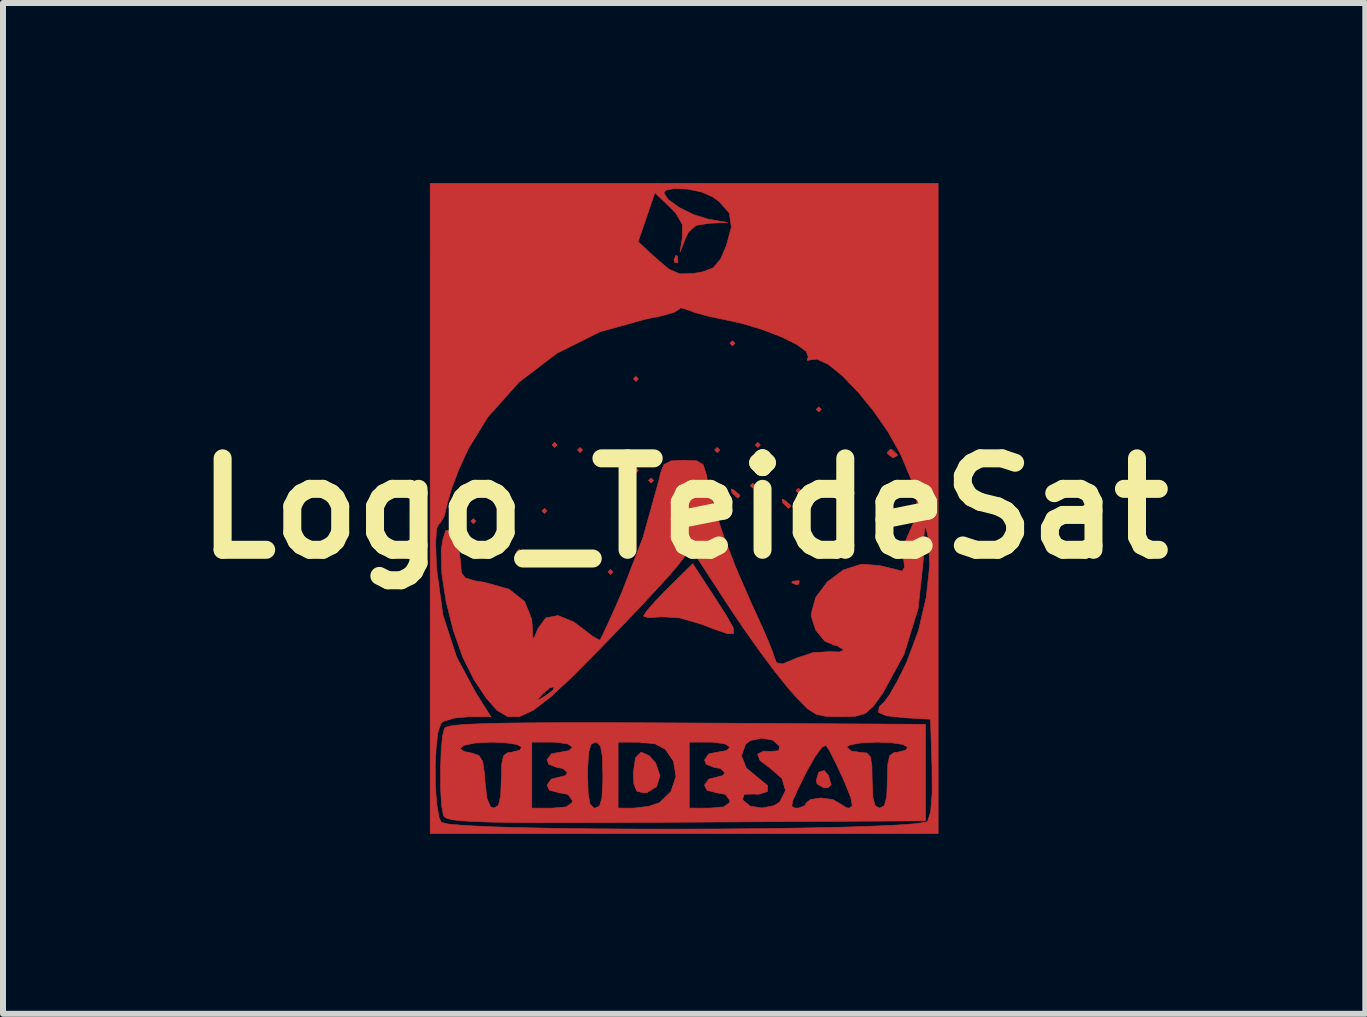
<source format=kicad_pcb>
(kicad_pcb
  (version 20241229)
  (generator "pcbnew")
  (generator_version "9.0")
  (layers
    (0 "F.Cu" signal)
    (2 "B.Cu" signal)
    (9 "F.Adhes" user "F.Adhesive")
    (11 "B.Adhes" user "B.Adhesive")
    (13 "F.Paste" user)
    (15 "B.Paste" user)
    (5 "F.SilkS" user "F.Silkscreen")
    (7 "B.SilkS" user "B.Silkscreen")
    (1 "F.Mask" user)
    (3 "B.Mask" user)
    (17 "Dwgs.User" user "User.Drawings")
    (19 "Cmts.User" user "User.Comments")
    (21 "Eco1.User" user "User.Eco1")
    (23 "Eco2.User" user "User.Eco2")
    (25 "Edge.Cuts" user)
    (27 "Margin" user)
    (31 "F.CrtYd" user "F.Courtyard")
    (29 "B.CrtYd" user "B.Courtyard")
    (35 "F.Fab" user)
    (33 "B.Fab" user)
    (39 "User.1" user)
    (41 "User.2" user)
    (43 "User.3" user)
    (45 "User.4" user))
  (footprint "Logo_TeideSat"
    (layer "F.Cu")
    (at 8.353 5.424)
    (property "Reference" "Logo_TeideSat" (at 0 0 0) (layer "F.SilkS") (effects (font (size 1.524 1.524) (thickness 0.3))))
    (attr through_hole)
    (fp_poly (pts (xy -3.471 0.212) (xy -3.514 0.254) (xy -3.556 0.212) (xy -3.514 0.169) (xy -3.471 0.212)) (stroke (width 0.01) (type solid)) (fill yes) (layer "F.Cu"))
    (fp_poly (pts (xy -2.709 0.72) (xy -2.752 0.762) (xy -2.794 0.72) (xy -2.752 0.677) (xy -2.709 0.72)) (stroke (width 0.01) (type solid)) (fill yes) (layer "F.Cu"))
    (fp_poly (pts (xy -2.286 0.042) (xy -2.328 0.085) (xy -2.371 0.042) (xy -2.328 0) (xy -2.286 0.042)) (stroke (width 0.01) (type solid)) (fill yes) (layer "F.Cu"))
    (fp_poly (pts (xy -2.117 -1.058) (xy -2.159 -1.016) (xy -2.201 -1.058) (xy -2.159 -1.101) (xy -2.117 -1.058)) (stroke (width 0.01) (type solid)) (fill yes) (layer "F.Cu"))
    (fp_poly (pts (xy -1.693 -0.974) (xy -1.736 -0.931) (xy -1.778 -0.974) (xy -1.736 -1.016) (xy -1.693 -0.974)) (stroke (width 0.01) (type solid)) (fill yes) (layer "F.Cu"))
    (fp_poly (pts (xy -1.185 1.058) (xy -1.228 1.101) (xy -1.27 1.058) (xy -1.228 1.016) (xy -1.185 1.058)) (stroke (width 0.01) (type solid)) (fill yes) (layer "F.Cu"))
    (fp_poly (pts (xy -0.762 -2.159) (xy -0.804 -2.117) (xy -0.847 -2.159) (xy -0.804 -2.201) (xy -0.762 -2.159)) (stroke (width 0.01) (type solid)) (fill yes) (layer "F.Cu"))
    (fp_poly (pts (xy -0.762 -0.635) (xy -0.804 -0.593) (xy -0.847 -0.635) (xy -0.804 -0.677) (xy -0.762 -0.635)) (stroke (width 0.01) (type solid)) (fill yes) (layer "F.Cu"))
    (fp_poly (pts (xy -0.508 -0.466) (xy -0.55 -0.423) (xy -0.593 -0.466) (xy -0.55 -0.508) (xy -0.508 -0.466)) (stroke (width 0.01) (type solid)) (fill yes) (layer "F.Cu"))
    (fp_poly (pts (xy 0.593 -0.974) (xy 0.55 -0.931) (xy 0.508 -0.974) (xy 0.55 -1.016) (xy 0.593 -0.974)) (stroke (width 0.01) (type solid)) (fill yes) (layer "F.Cu"))
    (fp_poly (pts (xy 0.847 -2.752) (xy 0.804 -2.709) (xy 0.762 -2.752) (xy 0.804 -2.794) (xy 0.847 -2.752)) (stroke (width 0.01) (type solid)) (fill yes) (layer "F.Cu"))
    (fp_poly (pts (xy 1.185 -0.381) (xy 1.143 -0.339) (xy 1.101 -0.381) (xy 1.143 -0.423) (xy 1.185 -0.381)) (stroke (width 0.01) (type solid)) (fill yes) (layer "F.Cu"))
    (fp_poly (pts (xy 1.27 -1.058) (xy 1.228 -1.016) (xy 1.185 -1.058) (xy 1.228 -1.101) (xy 1.27 -1.058)) (stroke (width 0.01) (type solid)) (fill yes) (layer "F.Cu"))
    (fp_poly (pts (xy 1.27 0.55) (xy 1.228 0.593) (xy 1.185 0.55) (xy 1.228 0.508) (xy 1.27 0.55)) (stroke (width 0.01) (type solid)) (fill yes) (layer "F.Cu"))
    (fp_poly (pts (xy 1.947 -0.296) (xy 1.905 -0.254) (xy 1.863 -0.296) (xy 1.905 -0.339) (xy 1.947 -0.296)) (stroke (width 0.01) (type solid)) (fill yes) (layer "F.Cu"))
    (fp_poly (pts (xy 2.286 -1.651) (xy 2.244 -1.609) (xy 2.201 -1.651) (xy 2.244 -1.693) (xy 2.286 -1.651)) (stroke (width 0.01) (type solid)) (fill yes) (layer "F.Cu"))
    (fp_poly (pts (xy 2.709 -0.55) (xy 2.667 -0.508) (xy 2.625 -0.55) (xy 2.667 -0.593) (xy 2.709 -0.55)) (stroke (width 0.01) (type solid)) (fill yes) (layer "F.Cu"))
    (fp_poly (pts (xy 2.794 -0.72) (xy 2.752 -0.677) (xy 2.709 -0.72) (xy 2.752 -0.762) (xy 2.794 -0.72)) (stroke (width 0.01) (type solid)) (fill yes) (layer "F.Cu"))
    (fp_poly (pts (xy -0.113 -4.205) (xy -0.103 -4.105) (xy -0.113 -4.092) (xy -0.163 -4.104) (xy -0.169 -4.149) (xy -0.138 -4.218) (xy -0.113 -4.205)) (stroke (width 0.01) (type solid)) (fill yes) (layer "F.Cu"))
    (fp_poly (pts (xy 1.919 1.214) (xy 1.907 1.264) (xy 1.863 1.27) (xy 1.793 1.239) (xy 1.806 1.214) (xy 1.907 1.203) (xy 1.919 1.214)) (stroke (width 0.01) (type solid)) (fill yes) (layer "F.Cu"))
    (fp_poly (pts (xy 0.834 -0.304) (xy 0.924 -0.226) (xy 0.931 -0.207) (xy 0.891 -0.172) (xy 0.807 -0.25) (xy 0.796 -0.267) (xy 0.786 -0.325) (xy 0.834 -0.304)) (stroke (width 0.01) (type solid)) (fill yes) (layer "F.Cu"))
    (fp_poly (pts (xy 1.68 -0.135) (xy 1.77 -0.056) (xy 1.778 -0.037) (xy 1.738 -0.003) (xy 1.654 -0.081) (xy 1.643 -0.098) (xy 1.633 -0.156) (xy 1.68 -0.135)) (stroke (width 0.01) (type solid)) (fill yes) (layer "F.Cu"))
    (fp_poly (pts (xy 2.404 4.452) (xy 2.45 4.602) (xy 2.405 4.652) (xy 2.328 4.657) (xy 2.216 4.591) (xy 2.201 4.535) (xy 2.244 4.395) (xy 2.335 4.368) (xy 2.404 4.452)) (stroke (width 0.01) (type solid)) (fill yes) (layer "F.Cu"))
    (fp_poly (pts (xy 3.471 -0.974) (xy 3.552 -0.898) (xy 3.556 -0.884) (xy 3.49 -0.848) (xy 3.471 -0.847) (xy 3.39 -0.912) (xy 3.387 -0.936) (xy 3.439 -0.987) (xy 3.471 -0.974)) (stroke (width 0.01) (type solid)) (fill yes) (layer "F.Cu"))
    (fp_poly (pts (xy -0.578 4.125) (xy -0.474 4.246) (xy -0.403 4.455) (xy -0.459 4.636) (xy -0.619 4.736) (xy -0.68 4.741) (xy -0.789 4.712) (xy -0.838 4.594) (xy -0.847 4.403) (xy -0.812 4.156) (xy -0.717 4.061) (xy -0.578 4.125)) (stroke (width 0.01) (type solid)) (fill yes) (layer "F.Cu"))
    (fp_poly (pts (xy 0.495 1.461) (xy 0.706 1.79) (xy 0.819 1.993) (xy 0.825 2.087) (xy 0.719 2.086) (xy 0.493 2.009) (xy 0.296 1.932) (xy -0.072 1.824) (xy -0.381 1.805) (xy -0.402 1.808) (xy -0.588 1.822) (xy -0.676 1.796) (xy -0.677 1.791) (xy -0.621 1.705) (xy -0.474 1.538) (xy -0.268 1.326) (xy -0.267 1.325) (xy 0.143 0.921) (xy 0.495 1.461)) (stroke (width 0.01) (type solid)) (fill yes) (layer "F.Cu"))
    (fp_poly (pts (xy -0.867 3.572) (xy 0.048 3.576) (xy 4.022 3.598) (xy 4.022 5.207) (xy 0.031 5.229) (xy -0.901 5.234) (xy -1.678 5.236) (xy -2.314 5.236) (xy -2.822 5.234) (xy -3.218 5.228) (xy -3.516 5.218) (xy -3.728 5.205) (xy -3.871 5.187) (xy -3.956 5.164) (xy -4 5.136) (xy -4.012 5.116) (xy -4.043 4.948) (xy -4.059 4.678) (xy -4.061 4.359) (xy -4.05 4.047) (xy -4.046 4) (xy -3.736 4) (xy -3.668 4.051) (xy -3.535 4.079) (xy -3.421 4.117) (xy -3.358 4.218) (xy -3.327 4.427) (xy -3.319 4.551) (xy -3.287 4.834) (xy -3.227 4.972) (xy -3.171 4.995) (xy -3.096 4.949) (xy -3.058 4.79) (xy -3.048 4.53) (xy -3.041 4.261) (xy -3.009 4.12) (xy -2.938 4.069) (xy -2.879 4.064) (xy -2.741 4.029) (xy -2.709 3.979) (xy -2.786 3.934) (xy -2.988 3.904) (xy -3.217 3.895) (xy -2.54 3.895) (xy -2.54 4.995) (xy -2.201 4.995) (xy -1.966 4.974) (xy -1.869 4.905) (xy -1.863 4.868) (xy -1.936 4.766) (xy -2.074 4.741) (xy -2.245 4.697) (xy -2.286 4.614) (xy -2.215 4.511) (xy -2.117 4.487) (xy -1.979 4.452) (xy -1.975 4.445) (xy -1.609 4.445) (xy -1.6 4.754) (xy -1.57 4.925) (xy -1.51 4.991) (xy -1.482 4.995) (xy -1.101 4.995) (xy -0.841 4.995) (xy -0.595 4.966) (xy -0.414 4.906) (xy -0.222 4.721) (xy -0.136 4.467) (xy -0.178 4.214) (xy -0.182 4.207) (xy -0.313 4.016) (xy -0.483 3.923) (xy -0.752 3.896) (xy -0.783 3.896) (xy -1.101 3.895) (xy 0.085 3.895) (xy 0.085 4.995) (xy 0.423 4.995) (xy 0.659 4.974) (xy 0.756 4.905) (xy 0.762 4.868) (xy 0.688 4.766) (xy 0.55 4.741) (xy 0.38 4.697) (xy 0.339 4.614) (xy 0.409 4.511) (xy 0.508 4.487) (xy 0.646 4.452) (xy 0.677 4.403) (xy 0.606 4.334) (xy 0.508 4.318) (xy 0.37 4.265) (xy 0.339 4.191) (xy 0.388 4.122) (xy 0.956 4.122) (xy 1.034 4.325) (xy 1.231 4.489) (xy 1.388 4.616) (xy 1.388 4.718) (xy 1.241 4.764) (xy 1.157 4.76) (xy 1 4.764) (xy 0.976 4.84) (xy 0.984 4.865) (xy 1.099 4.962) (xy 1.296 4.992) (xy 1.466 4.96) (xy 1.793 4.96) (xy 1.834 4.992) (xy 1.905 4.995) (xy 2.018 4.95) (xy 2.032 4.911) (xy 2.105 4.851) (xy 2.281 4.826) (xy 2.477 4.852) (xy 2.582 4.911) (xy 2.705 4.989) (xy 2.752 4.995) (xy 2.801 4.955) (xy 2.777 4.819) (xy 2.675 4.563) (xy 2.651 4.508) (xy 2.526 4.242) (xy 2.421 4.036) (xy 2.385 3.979) (xy 2.709 3.979) (xy 2.782 4.043) (xy 2.921 4.064) (xy 3.042 4.076) (xy 3.105 4.14) (xy 3.129 4.297) (xy 3.133 4.53) (xy 3.144 4.81) (xy 3.184 4.955) (xy 3.26 4.995) (xy 3.336 4.954) (xy 3.376 4.807) (xy 3.387 4.53) (xy 3.394 4.261) (xy 3.426 4.12) (xy 3.497 4.069) (xy 3.556 4.064) (xy 3.694 4.029) (xy 3.725 3.979) (xy 3.648 3.934) (xy 3.447 3.904) (xy 3.217 3.895) (xy 2.947 3.908) (xy 2.763 3.941) (xy 2.709 3.979) (xy 2.385 3.979) (xy 2.366 3.948) (xy 2.298 3.979) (xy 2.184 4.132) (xy 2.047 4.374) (xy 2.038 4.39) (xy 1.889 4.69) (xy 1.81 4.87) (xy 1.793 4.96) (xy 1.466 4.96) (xy 1.498 4.954) (xy 1.592 4.894) (xy 1.689 4.701) (xy 1.631 4.501) (xy 1.44 4.335) (xy 1.264 4.201) (xy 1.225 4.095) (xy 1.324 4.044) (xy 1.435 4.05) (xy 1.578 4.038) (xy 1.59 3.965) (xy 1.48 3.863) (xy 1.292 3.829) (xy 1.103 3.869) (xy 1.023 3.929) (xy 0.956 4.122) (xy 0.388 4.122) (xy 0.412 4.089) (xy 0.55 4.064) (xy 0.709 4.035) (xy 0.762 3.979) (xy 0.687 3.926) (xy 0.499 3.897) (xy 0.423 3.895) (xy 0.085 3.895) (xy -1.101 3.895) (xy -1.101 4.995) (xy -1.482 4.995) (xy -1.41 4.959) (xy -1.371 4.827) (xy -1.356 4.57) (xy -1.355 4.445) (xy -1.363 4.136) (xy -1.393 3.965) (xy -1.453 3.899) (xy -1.482 3.895) (xy -1.553 3.931) (xy -1.592 4.063) (xy -1.608 4.32) (xy -1.609 4.445) (xy -1.975 4.445) (xy -1.947 4.403) (xy -2.018 4.334) (xy -2.117 4.318) (xy -2.255 4.265) (xy -2.286 4.191) (xy -2.212 4.089) (xy -2.074 4.064) (xy -1.915 4.035) (xy -1.863 3.979) (xy -1.938 3.926) (xy -2.125 3.897) (xy -2.201 3.895) (xy -2.54 3.895) (xy -3.217 3.895) (xy -3.491 3.91) (xy -3.67 3.949) (xy -3.736 4) (xy -4.046 4) (xy -4.028 3.796) (xy -3.994 3.661) (xy -3.943 3.635) (xy -3.82 3.614) (xy -3.611 3.598) (xy -3.306 3.585) (xy -2.891 3.577) (xy -2.354 3.572) (xy -1.684 3.57) (xy -0.867 3.572)) (stroke (width 0.01) (type solid)) (fill yes) (layer "F.Cu"))
    (fp_poly (pts (xy 4.233 5.419) (xy -4.233 5.419) (xy -4.233 4.288) (xy -4.149 4.288) (xy -4.146 4.628) (xy -4.124 4.934) (xy -4.084 5.156) (xy -4.047 5.232) (xy -3.937 5.26) (xy -3.678 5.283) (xy -3.292 5.303) (xy -2.799 5.319) (xy -2.219 5.331) (xy -1.572 5.339) (xy -0.88 5.344) (xy -0.163 5.345) (xy 0.559 5.343) (xy 1.265 5.337) (xy 1.936 5.327) (xy 2.549 5.315) (xy 3.085 5.298) (xy 3.523 5.279) (xy 3.843 5.256) (xy 4.025 5.23) (xy 4.057 5.216) (xy 4.108 5.057) (xy 4.133 4.744) (xy 4.131 4.305) (xy 4.106 3.514) (xy 3.662 3.488) (xy 3.371 3.456) (xy 3.237 3.399) (xy 3.251 3.307) (xy 3.332 3.228) (xy 3.422 3.108) (xy 3.552 2.879) (xy 3.697 2.588) (xy 3.713 2.553) (xy 3.905 2.037) (xy 4.035 1.482) (xy 4.093 0.946) (xy 4.068 0.489) (xy 4.063 0.463) (xy 4.032 0.329) (xy 4.011 0.321) (xy 3.998 0.451) (xy 3.989 0.734) (xy 3.987 0.847) (xy 3.899 1.67) (xy 3.664 2.431) (xy 3.31 3.078) (xy 3.148 3.302) (xy 3.015 3.419) (xy 2.85 3.464) (xy 2.594 3.471) (xy 2.362 3.465) (xy 2.198 3.429) (xy 2.053 3.336) (xy 1.878 3.158) (xy 1.731 2.991) (xy 1.516 2.724) (xy 1.247 2.363) (xy 0.96 1.956) (xy 0.713 1.587) (xy 0.114 0.665) (xy -0.103 0.946) (xy -0.232 1.098) (xy -0.456 1.344) (xy -0.751 1.66) (xy -1.094 2.02) (xy -1.413 2.349) (xy -1.868 2.809) (xy -2.23 3.145) (xy -2.517 3.365) (xy -2.749 3.471) (xy -2.945 3.468) (xy -3.123 3.362) (xy -3.274 3.188) (xy -2.447 3.188) (xy -2.416 3.185) (xy -2.311 3.124) (xy -2.186 3.028) (xy -2.165 2.972) (xy -2.245 2.993) (xy -2.352 3.084) (xy -2.447 3.188) (xy -3.274 3.188) (xy -3.302 3.156) (xy -3.502 2.855) (xy -3.505 2.849) (xy -3.69 2.48) (xy -3.848 2.03) (xy -3.968 1.549) (xy -4.039 1.088) (xy -4.049 0.698) (xy -4.024 0.531) (xy -3.976 0.373) (xy -3.924 0.364) (xy -3.845 0.461) (xy -3.759 0.663) (xy -3.725 0.9) (xy -3.714 1.067) (xy -3.651 1.157) (xy -3.492 1.206) (xy -3.323 1.233) (xy -2.92 1.346) (xy -2.659 1.551) (xy -2.541 1.846) (xy -2.533 1.941) (xy -2.526 2.135) (xy -2.508 2.173) (xy -2.461 2.064) (xy -2.442 2.011) (xy -2.307 1.824) (xy -2.102 1.785) (xy -1.841 1.892) (xy -1.696 2) (xy -1.525 2.132) (xy -1.416 2.192) (xy -1.401 2.191) (xy -1.356 2.104) (xy -1.26 1.898) (xy -1.129 1.606) (xy -1.038 1.397) (xy -0.685 0.48) (xy -0.422 -0.465) (xy -0.393 -0.593) (xy -0.338 -0.731) (xy -0.22 -0.792) (xy -0.008 -0.804) (xy 0.21 -0.794) (xy 0.317 -0.73) (xy 0.37 -0.565) (xy 0.387 -0.466) (xy 0.481 -0.076) (xy 0.644 0.423) (xy 0.864 0.993) (xy 1.127 1.597) (xy 1.158 1.663) (xy 1.301 1.978) (xy 1.415 2.242) (xy 1.481 2.412) (xy 1.489 2.442) (xy 1.538 2.571) (xy 1.64 2.592) (xy 1.835 2.512) (xy 1.866 2.496) (xy 2.148 2.404) (xy 2.418 2.387) (xy 2.593 2.392) (xy 2.659 2.361) (xy 2.656 2.353) (xy 2.544 2.288) (xy 2.521 2.286) (xy 2.344 2.212) (xy 2.194 2.03) (xy 2.119 1.8) (xy 2.117 1.756) (xy 2.192 1.483) (xy 2.387 1.224) (xy 2.653 1.026) (xy 2.944 0.933) (xy 2.992 0.931) (xy 3.26 0.953) (xy 3.489 1.007) (xy 3.492 1.008) (xy 3.632 1.046) (xy 3.672 0.984) (xy 3.658 0.838) (xy 3.68 0.564) (xy 3.758 0.384) (xy 3.864 0.15) (xy 3.879 -0.115) (xy 3.8 -0.444) (xy 3.621 -0.871) (xy 3.598 -0.919) (xy 3.403 -1.269) (xy 3.161 -1.619) (xy 2.897 -1.942) (xy 2.635 -2.213) (xy 2.399 -2.403) (xy 2.214 -2.488) (xy 2.152 -2.483) (xy 2.051 -2.467) (xy 2.067 -2.527) (xy 2.035 -2.618) (xy 1.873 -2.735) (xy 1.614 -2.862) (xy 1.293 -2.985) (xy 0.943 -3.089) (xy 0.712 -3.139) (xy 0.415 -3.201) (xy 0.172 -3.267) (xy 0.064 -3.309) (xy -0.056 -3.345) (xy -0.085 -3.32) (xy -0.161 -3.272) (xy -0.362 -3.213) (xy -0.636 -3.157) (xy -1.405 -2.944) (xy -2.118 -2.588) (xy -2.75 -2.107) (xy -3.275 -1.521) (xy -3.601 -0.988) (xy -3.754 -0.654) (xy -3.877 -0.33) (xy -3.947 -0.084) (xy -3.949 -0.071) (xy -4.002 0.136) (xy -4.069 0.248) (xy -4.087 0.254) (xy -4.127 0.336) (xy -4.142 0.572) (xy -4.13 0.949) (xy -4.128 0.995) (xy -4.021 1.776) (xy -3.794 2.475) (xy -3.473 3.073) (xy -3.221 3.471) (xy -3.583 3.471) (xy -3.832 3.494) (xy -4.015 3.55) (xy -4.047 3.573) (xy -4.1 3.71) (xy -4.133 3.966) (xy -4.149 4.288) (xy -4.233 4.288) (xy -4.233 -4.445) (xy -0.768 -4.445) (xy -0.47 -4.17) (xy -0.255 -3.989) (xy -0.078 -3.91) (xy 0.135 -3.913) (xy 0.313 -3.944) (xy 0.486 -4.011) (xy 0.608 -4.158) (xy 0.703 -4.376) (xy 0.787 -4.691) (xy 0.753 -4.922) (xy 0.586 -5.113) (xy 0.472 -5.195) (xy 0.288 -5.275) (xy 0.059 -5.322) (xy -0.158 -5.333) (xy -0.306 -5.303) (xy -0.339 -5.259) (xy -0.266 -5.147) (xy -0.083 -5.016) (xy 0.158 -4.897) (xy 0.405 -4.82) (xy 0.423 -4.817) (xy 0.72 -4.765) (xy 0.419 -4.753) (xy 0.195 -4.717) (xy 0.069 -4.603) (xy 0.024 -4.508) (xy -0.068 -4.276) (xy -0.028 -4.53) (xy -0.031 -4.736) (xy -0.137 -4.918) (xy -0.238 -5.023) (xy -0.488 -5.262) (xy -0.768 -4.445) (xy -4.233 -4.445) (xy -4.233 -5.419) (xy 4.233 -5.419) (xy 4.233 5.419)) (stroke (width 0.01) (type solid)) (fill yes) (layer "F.Cu")))
  (gr_rect
    (start -3 -3)
    (end 19.706 13.847)
    (stroke (width 0.1) (type default))
    (fill no)
    (layer "Edge.Cuts")))
</source>
